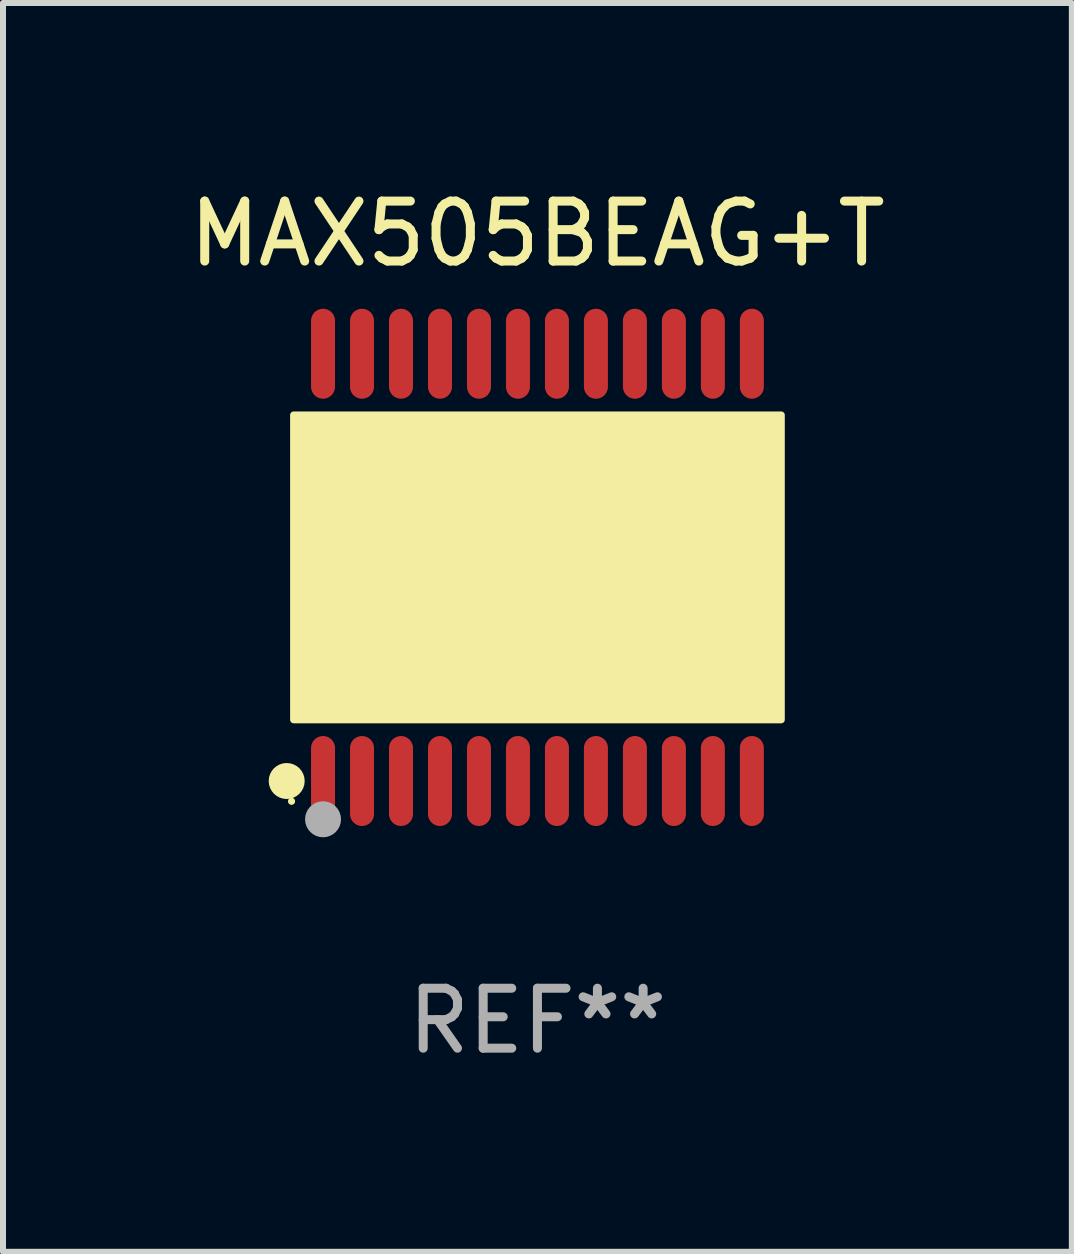
<source format=kicad_pcb>
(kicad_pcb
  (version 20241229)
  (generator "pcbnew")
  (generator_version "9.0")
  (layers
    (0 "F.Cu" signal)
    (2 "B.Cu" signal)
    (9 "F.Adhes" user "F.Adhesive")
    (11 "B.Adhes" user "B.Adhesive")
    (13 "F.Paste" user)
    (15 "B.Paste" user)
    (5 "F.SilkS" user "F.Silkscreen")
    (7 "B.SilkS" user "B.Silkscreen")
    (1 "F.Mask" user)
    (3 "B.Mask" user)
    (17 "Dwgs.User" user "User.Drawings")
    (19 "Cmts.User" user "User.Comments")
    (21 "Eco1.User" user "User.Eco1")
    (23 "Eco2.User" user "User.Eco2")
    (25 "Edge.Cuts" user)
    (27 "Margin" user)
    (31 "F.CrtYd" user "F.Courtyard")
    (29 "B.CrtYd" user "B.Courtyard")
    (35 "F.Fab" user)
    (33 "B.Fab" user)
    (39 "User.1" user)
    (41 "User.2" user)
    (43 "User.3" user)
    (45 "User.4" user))
  (footprint "MAX505BEAG+T"
    (layer "F.Cu")
    (at 5.911 6.41)
    (property "Reference" "MAX505BEAG+T" (at 0 -5.562 0) (layer "F.SilkS") (effects (font (size 1 1) (thickness 0.15))))
    (attr through_hole)
    (fp_circle (center -4.181 3.562) (end -4.031 3.562) (stroke (width 0.3) (type solid)) (fill no) (layer "F.SilkS"))
    (fp_circle (center -4.1 3.9) (end -4.07 3.9) (stroke (width 0.06) (type solid)) (fill no) (layer "F.SilkS"))
    (fp_circle (center -3.575 1.819) (end -3.425 1.819) (stroke (width 0.3) (type solid)) (fill no) (layer "F.SilkS"))
    (fp_poly (pts (xy -4.064 -2.54) (xy 4.064 -2.54) (xy 4.064 2.54) (xy -4.064 2.54)) (stroke (width 0.12) (type solid)) (fill yes) (layer "F.SilkS"))
    (fp_circle (center -3.575 4.2) (end -3.425 4.2) (stroke (width 0.3) (type solid)) (fill no) (layer "F.Fab"))
    (fp_text user "REF**" (at 0 7.562 0) (layer "F.Fab") (effects (font (size 1 1) (thickness 0.15))))
    (pad "1" smd oval (at -3.575 3.562) (size 0.4 1.5) (layers "F.Cu" "F.Mask" "F.Paste"))
    (pad "2" smd oval (at -2.925 3.562) (size 0.4 1.5) (layers "F.Cu" "F.Mask" "F.Paste"))
    (pad "3" smd oval (at -2.275 3.562) (size 0.4 1.5) (layers "F.Cu" "F.Mask" "F.Paste"))
    (pad "4" smd oval (at -1.625 3.562) (size 0.4 1.5) (layers "F.Cu" "F.Mask" "F.Paste"))
    (pad "5" smd oval (at -0.975 3.562) (size 0.4 1.5) (layers "F.Cu" "F.Mask" "F.Paste"))
    (pad "6" smd oval (at -0.325 3.562) (size 0.4 1.5) (layers "F.Cu" "F.Mask" "F.Paste"))
    (pad "7" smd oval (at 0.325 3.562) (size 0.4 1.5) (layers "F.Cu" "F.Mask" "F.Paste"))
    (pad "8" smd oval (at 0.975 3.562) (size 0.4 1.5) (layers "F.Cu" "F.Mask" "F.Paste"))
    (pad "9" smd oval (at 1.625 3.562) (size 0.4 1.5) (layers "F.Cu" "F.Mask" "F.Paste"))
    (pad "10" smd oval (at 2.275 3.562) (size 0.4 1.5) (layers "F.Cu" "F.Mask" "F.Paste"))
    (pad "11" smd oval (at 2.925 3.562) (size 0.4 1.5) (layers "F.Cu" "F.Mask" "F.Paste"))
    (pad "12" smd oval (at 3.575 3.562) (size 0.4 1.5) (layers "F.Cu" "F.Mask" "F.Paste"))
    (pad "13" smd oval (at 3.575 -3.562) (size 0.4 1.5) (layers "F.Cu" "F.Mask" "F.Paste"))
    (pad "14" smd oval (at 2.925 -3.562) (size 0.4 1.5) (layers "F.Cu" "F.Mask" "F.Paste"))
    (pad "15" smd oval (at 2.275 -3.562) (size 0.4 1.5) (layers "F.Cu" "F.Mask" "F.Paste"))
    (pad "16" smd oval (at 1.625 -3.562) (size 0.4 1.5) (layers "F.Cu" "F.Mask" "F.Paste"))
    (pad "17" smd oval (at 0.975 -3.562) (size 0.4 1.5) (layers "F.Cu" "F.Mask" "F.Paste"))
    (pad "18" smd oval (at 0.325 -3.562) (size 0.4 1.5) (layers "F.Cu" "F.Mask" "F.Paste"))
    (pad "19" smd oval (at -0.325 -3.562) (size 0.4 1.5) (layers "F.Cu" "F.Mask" "F.Paste"))
    (pad "20" smd oval (at -0.975 -3.562) (size 0.4 1.5) (layers "F.Cu" "F.Mask" "F.Paste"))
    (pad "21" smd oval (at -1.625 -3.562) (size 0.4 1.5) (layers "F.Cu" "F.Mask" "F.Paste"))
    (pad "22" smd oval (at -2.275 -3.562) (size 0.4 1.5) (layers "F.Cu" "F.Mask" "F.Paste"))
    (pad "23" smd oval (at -2.925 -3.562) (size 0.4 1.5) (layers "F.Cu" "F.Mask" "F.Paste"))
    (pad "24" smd oval (at -3.575 -3.562) (size 0.4 1.5) (layers "F.Cu" "F.Mask" "F.Paste")))
  (gr_rect
    (start -3 -3)
    (end 14.821 17.821)
    (stroke (width 0.1) (type default))
    (fill no)
    (layer "Edge.Cuts")))
</source>
